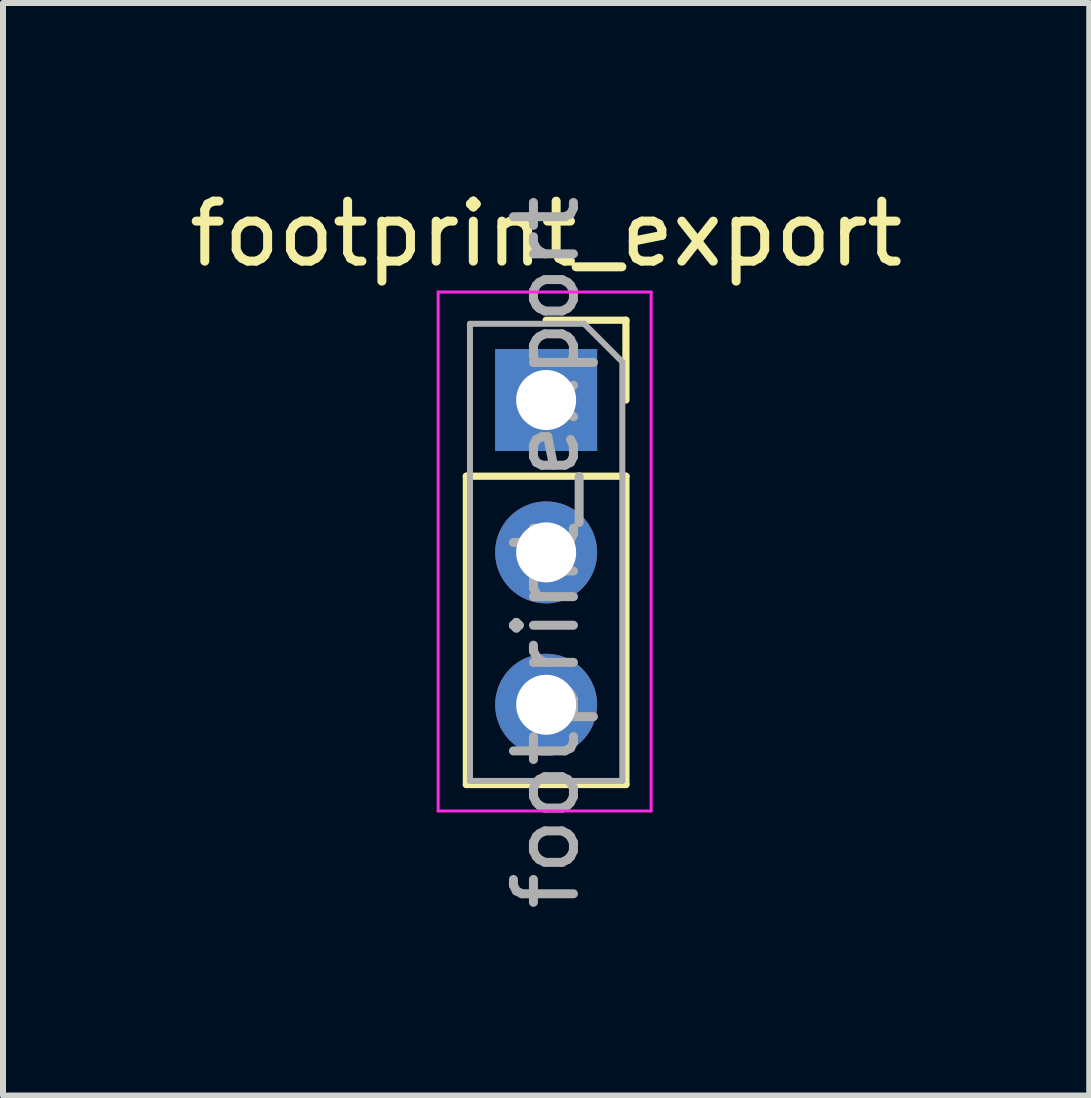
<source format=kicad_pcb>
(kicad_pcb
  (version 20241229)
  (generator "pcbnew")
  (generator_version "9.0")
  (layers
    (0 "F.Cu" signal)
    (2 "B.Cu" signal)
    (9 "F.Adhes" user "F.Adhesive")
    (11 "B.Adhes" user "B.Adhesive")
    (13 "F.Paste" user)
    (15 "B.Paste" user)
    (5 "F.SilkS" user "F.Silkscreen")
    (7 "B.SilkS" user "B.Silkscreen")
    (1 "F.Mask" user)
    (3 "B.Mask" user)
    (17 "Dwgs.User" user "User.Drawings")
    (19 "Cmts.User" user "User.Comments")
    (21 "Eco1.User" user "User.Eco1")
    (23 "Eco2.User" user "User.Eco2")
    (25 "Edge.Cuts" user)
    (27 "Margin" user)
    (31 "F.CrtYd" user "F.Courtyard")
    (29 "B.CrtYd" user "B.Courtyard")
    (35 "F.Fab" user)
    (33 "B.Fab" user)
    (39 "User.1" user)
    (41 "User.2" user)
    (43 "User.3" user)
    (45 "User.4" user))
  (footprint "footprint_export"
    (layer "F.Cu")
    (at 6.054 3.618)
    (property "Reference" "footprint_export" (at 0 -2.77 0) (layer "F.SilkS") (effects (font (size 1 1) (thickness 0.15))))
    (attr through_hole)
    (fp_line (start -1.33 1.27) (end -1.33 6.41) (stroke (width 0.12) (type solid)) (layer "F.SilkS"))
    (fp_line (start -1.33 1.27) (end 1.33 1.27) (stroke (width 0.12) (type solid)) (layer "F.SilkS"))
    (fp_line (start -1.33 6.41) (end 1.33 6.41) (stroke (width 0.12) (type solid)) (layer "F.SilkS"))
    (fp_line (start 0 -1.33) (end 1.33 -1.33) (stroke (width 0.12) (type solid)) (layer "F.SilkS"))
    (fp_line (start 1.33 -1.33) (end 1.33 0) (stroke (width 0.12) (type solid)) (layer "F.SilkS"))
    (fp_line (start 1.33 1.27) (end 1.33 6.41) (stroke (width 0.12) (type solid)) (layer "F.SilkS"))
    (fp_line (start -1.8 -1.8) (end 1.75 -1.8) (stroke (width 0.05) (type solid)) (layer "F.CrtYd"))
    (fp_line (start -1.8 6.85) (end -1.8 -1.8) (stroke (width 0.05) (type solid)) (layer "F.CrtYd"))
    (fp_line (start 1.75 -1.8) (end 1.75 6.85) (stroke (width 0.05) (type solid)) (layer "F.CrtYd"))
    (fp_line (start 1.75 6.85) (end -1.8 6.85) (stroke (width 0.05) (type solid)) (layer "F.CrtYd"))
    (fp_line (start -1.27 -1.27) (end 0.635 -1.27) (stroke (width 0.1) (type solid)) (layer "F.Fab"))
    (fp_line (start -1.27 6.35) (end -1.27 -1.27) (stroke (width 0.1) (type solid)) (layer "F.Fab"))
    (fp_line (start 0.635 -1.27) (end 1.27 -0.635) (stroke (width 0.1) (type solid)) (layer "F.Fab"))
    (fp_line (start 1.27 -0.635) (end 1.27 6.35) (stroke (width 0.1) (type solid)) (layer "F.Fab"))
    (fp_line (start 1.27 6.35) (end -1.27 6.35) (stroke (width 0.1) (type solid)) (layer "F.Fab"))
    (fp_text user "${REFERENCE}" (at 0 2.54 90) (layer "F.Fab") (effects (font (size 1 1) (thickness 0.15))))
    (pad "1" thru_hole rect (at 0 0) (size 1.7 1.7) (drill 1) (layers "*.Cu" "*.Mask"))
    (pad "2" thru_hole oval (at 0 2.54) (size 1.7 1.7) (drill 1) (layers "*.Cu" "*.Mask"))
    (pad "3" thru_hole oval (at 0 5.08) (size 1.7 1.7) (drill 1) (layers "*.Cu" "*.Mask")))
  (gr_rect
    (start -3 -3)
    (end 15.107 15.212)
    (stroke (width 0.1) (type default))
    (fill no)
    (layer "Edge.Cuts")))
</source>
